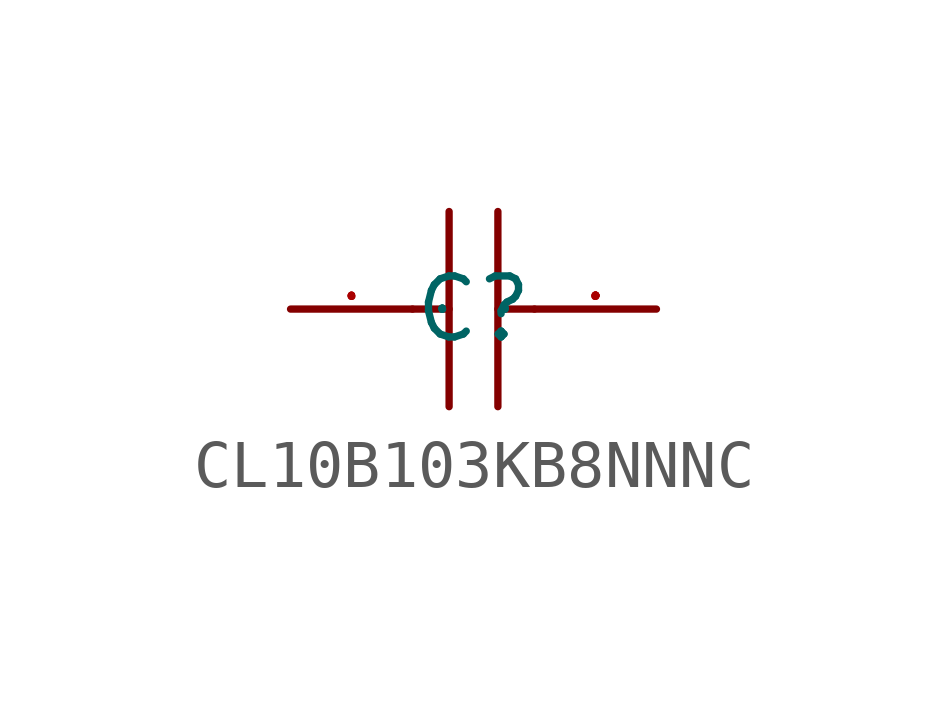
<source format=kicad_sym>
(kicad_symbol_lib
  (version 20241209)
  (generator "kicad_symbol_editor")
  (generator_version "9.0")
  (symbol "CL10B103KB8NNNC"
    (property "Reference" "C"
      (at 0 0 0)
      (effects (font (size 1.27 1.27))))
    (symbol "CL10B103KB8NNNC_1_0"
      (polyline (pts (xy -1.27 0) (xy -0.508 0)) (stroke (width 0) (type default)) (fill (type none)))
      (polyline (pts (xy -0.508 2.032) (xy -0.508 -2.032)) (stroke (width 0) (type default)) (fill (type none)))
      (polyline (pts (xy 0.508 2.032) (xy 0.508 -2.032)) (stroke (width 0) (type default)) (fill (type none)))
      (polyline (pts (xy 0.508 0) (xy 1.27 0)) (stroke (width 0) (type default)) (fill (type none)))
      (pin input line (at -3.81 0 0) (length 2.54) (name "1" (effects (font (size 0.025 0.025)))) (number "1" (effects (font (size 0.025 0.025)))))
      (pin input line (at 3.81 0 180) (length 2.54) (name "2" (effects (font (size 0.025 0.025)))) (number "2" (effects (font (size 0.025 0.025))))))))
</source>
